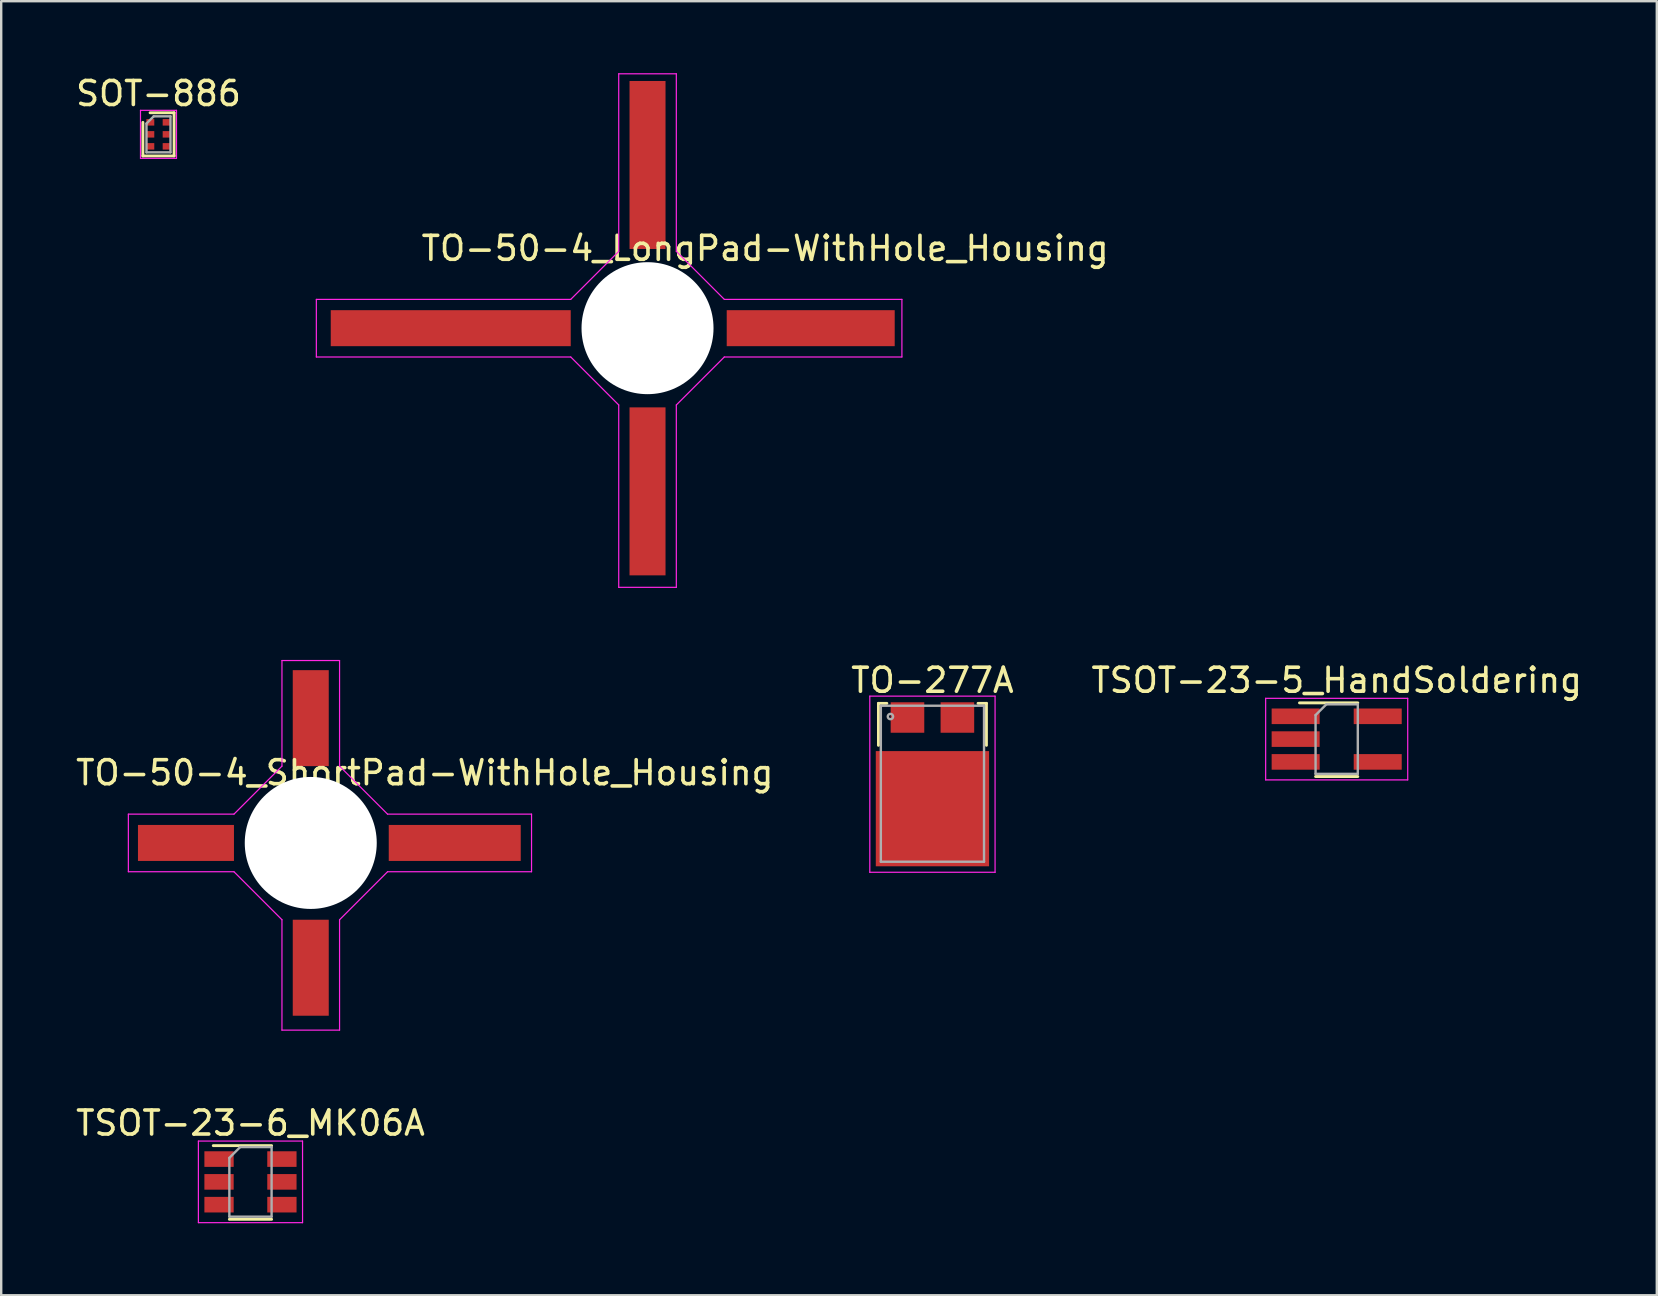
<source format=kicad_pcb>
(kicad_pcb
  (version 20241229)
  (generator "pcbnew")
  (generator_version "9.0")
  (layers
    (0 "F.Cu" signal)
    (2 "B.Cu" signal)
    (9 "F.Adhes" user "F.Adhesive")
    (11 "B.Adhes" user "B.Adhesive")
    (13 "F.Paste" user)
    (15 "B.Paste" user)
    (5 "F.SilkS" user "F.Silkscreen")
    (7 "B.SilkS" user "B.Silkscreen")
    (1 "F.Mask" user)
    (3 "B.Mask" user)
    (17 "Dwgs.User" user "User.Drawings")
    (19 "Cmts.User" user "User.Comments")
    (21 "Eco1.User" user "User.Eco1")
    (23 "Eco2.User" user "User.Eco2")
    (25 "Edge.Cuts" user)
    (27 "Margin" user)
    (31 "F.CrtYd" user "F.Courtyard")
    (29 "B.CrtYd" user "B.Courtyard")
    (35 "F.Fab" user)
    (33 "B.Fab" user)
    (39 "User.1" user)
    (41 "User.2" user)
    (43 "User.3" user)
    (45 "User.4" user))
  (footprint "TO-50-4_LongPad-WithHole_Housing"
    (layer "F.Cu")
    (at 23.232 10.625)
    (property "Reference" "TO-50-4_LongPad-WithHole_Housing" (at 5.6 -3.325 180) (layer "F.SilkS") (effects (font (size 1 1) (thickness 0.15))))
    (attr smd)
    (fp_line (start -13.1 -1.2) (end -2.5 -1.2) (stroke (width 0.05) (type solid)) (layer "F.CrtYd"))
    (fp_line (start -13.1 1.2) (end -13.1 -1.2) (stroke (width 0.05) (type solid)) (layer "F.CrtYd"))
    (fp_line (start -2.5 -1.2) (end -0.5 -3.2) (stroke (width 0.05) (type solid)) (layer "F.CrtYd"))
    (fp_line (start -2.5 1.2) (end -13.1 1.2) (stroke (width 0.05) (type solid)) (layer "F.CrtYd"))
    (fp_line (start -0.5 -10.6) (end 1.9 -10.6) (stroke (width 0.05) (type solid)) (layer "F.CrtYd"))
    (fp_line (start -0.5 -3.2) (end -0.5 -10.6) (stroke (width 0.05) (type solid)) (layer "F.CrtYd"))
    (fp_line (start -0.5 3.2) (end -2.5 1.2) (stroke (width 0.05) (type solid)) (layer "F.CrtYd"))
    (fp_line (start -0.5 10.8) (end -0.5 3.2) (stroke (width 0.05) (type solid)) (layer "F.CrtYd"))
    (fp_line (start 1.9 -10.6) (end 1.9 -3.2) (stroke (width 0.05) (type solid)) (layer "F.CrtYd"))
    (fp_line (start 1.9 -3.2) (end 3.9 -1.2) (stroke (width 0.05) (type solid)) (layer "F.CrtYd"))
    (fp_line (start 1.9 3.2) (end 1.9 10.8) (stroke (width 0.05) (type solid)) (layer "F.CrtYd"))
    (fp_line (start 1.9 10.8) (end -0.5 10.8) (stroke (width 0.05) (type solid)) (layer "F.CrtYd"))
    (fp_line (start 3.9 -1.2) (end 11.3 -1.2) (stroke (width 0.05) (type solid)) (layer "F.CrtYd"))
    (fp_line (start 3.9 1.2) (end 1.9 3.2) (stroke (width 0.05) (type solid)) (layer "F.CrtYd"))
    (fp_line (start 11.3 -1.2) (end 11.3 1.2) (stroke (width 0.05) (type solid)) (layer "F.CrtYd"))
    (fp_line (start 11.3 1.2) (end 3.9 1.2) (stroke (width 0.05) (type solid)) (layer "F.CrtYd"))
    (fp_circle (center 0.7 0) (end 0.65 2.55) (stroke (width 0.1) (type solid)) (fill no) (layer "F.Fab"))
    (pad "" np_thru_hole circle (at 0.7 0 90) (size 5.5 5.5) (drill 5.5) (layers "*.Cu" "*.Mask"))
    (pad "1" smd rect (at 7.5 0 90) (size 1.5 7) (layers "F.Cu" "F.Mask" "F.Paste"))
    (pad "2" smd rect (at 0.7 -6.8 90) (size 7 1.5) (layers "F.Cu" "F.Mask" "F.Paste"))
    (pad "3" smd rect (at -7.5 0 90) (size 1.5 10) (layers "F.Cu" "F.Mask" "F.Paste"))
    (pad "4" smd rect (at 0.7 6.8 90) (size 7 1.5) (layers "F.Cu" "F.Mask" "F.Paste")))
  (footprint "SOT-886"
    (layer "F.Cu")
    (at 3.554 2.548)
    (property "Reference" "SOT-886" (at 0 -1.7 180) (layer "F.SilkS") (effects (font (size 1 1) (thickness 0.15))))
    (attr smd)
    (fp_line (start -0.65 -0.5) (end -0.65 0.9) (stroke (width 0.12) (type solid)) (layer "F.SilkS"))
    (fp_line (start -0.65 0.9) (end 0.65 0.9) (stroke (width 0.12) (type solid)) (layer "F.SilkS"))
    (fp_line (start 0.65 -0.9) (end -0.35 -0.9) (stroke (width 0.12) (type solid)) (layer "F.SilkS"))
    (fp_line (start 0.65 0.9) (end 0.65 -0.9) (stroke (width 0.12) (type solid)) (layer "F.SilkS"))
    (fp_line (start -0.75 -1) (end -0.75 1) (stroke (width 0.05) (type solid)) (layer "F.CrtYd"))
    (fp_line (start -0.75 -1) (end 0.75 -1) (stroke (width 0.05) (type solid)) (layer "F.CrtYd"))
    (fp_line (start 0.75 1) (end -0.75 1) (stroke (width 0.05) (type solid)) (layer "F.CrtYd"))
    (fp_line (start 0.75 1) (end 0.75 -1) (stroke (width 0.05) (type solid)) (layer "F.CrtYd"))
    (fp_line (start -0.5 -0.45) (end -0.5 0.75) (stroke (width 0.1) (type solid)) (layer "F.Fab"))
    (fp_line (start -0.5 0.75) (end 0.5 0.75) (stroke (width 0.1) (type solid)) (layer "F.Fab"))
    (fp_line (start -0.2 -0.75) (end -0.5 -0.45) (stroke (width 0.1) (type solid)) (layer "F.Fab"))
    (fp_line (start 0.5 -0.75) (end -0.2 -0.75) (stroke (width 0.1) (type solid)) (layer "F.Fab"))
    (fp_line (start 0.5 0.75) (end 0.5 -0.75) (stroke (width 0.1) (type solid)) (layer "F.Fab"))
    (pad "1" smd rect (at -0.34 -0.5) (size 0.33 0.27) (layers "F.Cu" "F.Mask" "F.Paste"))
    (pad "2" smd rect (at -0.34 0) (size 0.33 0.27) (layers "F.Cu" "F.Mask" "F.Paste"))
    (pad "3" smd rect (at -0.34 0.5) (size 0.33 0.27) (layers "F.Cu" "F.Mask" "F.Paste"))
    (pad "4" smd rect (at 0.34 0.5) (size 0.33 0.27) (layers "F.Cu" "F.Mask" "F.Paste"))
    (pad "5" smd rect (at 0.34 0) (size 0.33 0.27) (layers "F.Cu" "F.Mask" "F.Paste"))
    (pad "6" smd rect (at 0.34 -0.5) (size 0.33 0.27) (layers "F.Cu" "F.Mask" "F.Paste")))
  (footprint "TO-50-4_ShortPad-WithHole_Housing"
    (layer "F.Cu")
    (at 10.299 32.075)
    (property "Reference" "TO-50-4_ShortPad-WithHole_Housing" (at 4.35 -2.925 0) (layer "F.SilkS") (effects (font (size 1 1) (thickness 0.15))))
    (attr smd)
    (fp_line (start -8 -1.2) (end -3.6 -1.2) (stroke (width 0.05) (type solid)) (layer "F.CrtYd"))
    (fp_line (start -8 1.2) (end -8 -1.2) (stroke (width 0.05) (type solid)) (layer "F.CrtYd"))
    (fp_line (start -3.6 -1.2) (end -1.6 -3.2) (stroke (width 0.05) (type solid)) (layer "F.CrtYd"))
    (fp_line (start -3.6 1.2) (end -8 1.2) (stroke (width 0.05) (type solid)) (layer "F.CrtYd"))
    (fp_line (start -1.6 -7.6) (end 0.8 -7.6) (stroke (width 0.05) (type solid)) (layer "F.CrtYd"))
    (fp_line (start -1.6 -3.2) (end -1.6 -7.6) (stroke (width 0.05) (type solid)) (layer "F.CrtYd"))
    (fp_line (start -1.6 3.2) (end -3.6 1.2) (stroke (width 0.05) (type solid)) (layer "F.CrtYd"))
    (fp_line (start -1.6 7.8) (end -1.6 3.2) (stroke (width 0.05) (type solid)) (layer "F.CrtYd"))
    (fp_line (start 0.8 -7.6) (end 0.8 -3.2) (stroke (width 0.05) (type solid)) (layer "F.CrtYd"))
    (fp_line (start 0.8 -3.2) (end 2.8 -1.2) (stroke (width 0.05) (type solid)) (layer "F.CrtYd"))
    (fp_line (start 0.8 3.2) (end 0.8 7.8) (stroke (width 0.05) (type solid)) (layer "F.CrtYd"))
    (fp_line (start 0.8 7.8) (end -1.6 7.8) (stroke (width 0.05) (type solid)) (layer "F.CrtYd"))
    (fp_line (start 2.8 -1.2) (end 8.8 -1.2) (stroke (width 0.05) (type solid)) (layer "F.CrtYd"))
    (fp_line (start 2.8 1.2) (end 0.8 3.2) (stroke (width 0.05) (type solid)) (layer "F.CrtYd"))
    (fp_line (start 8.8 -1.2) (end 8.8 1.2) (stroke (width 0.05) (type solid)) (layer "F.CrtYd"))
    (fp_line (start 8.8 1.2) (end 2.8 1.2) (stroke (width 0.05) (type solid)) (layer "F.CrtYd"))
    (fp_circle (center -0.4 0) (end -0.35 -2.55) (stroke (width 0.1) (type solid)) (fill no) (layer "F.Fab"))
    (pad "" np_thru_hole circle (at -0.4 0 270) (size 5.5 5.5) (drill 5.5) (layers "*.Cu" "*.Mask"))
    (pad "1" smd rect (at -5.6 0 270) (size 1.5 4) (layers "F.Cu" "F.Mask" "F.Paste"))
    (pad "2" smd rect (at -0.4 5.2 270) (size 4 1.5) (layers "F.Cu" "F.Mask" "F.Paste"))
    (pad "3" smd rect (at 5.6 0 270) (size 1.5 5.5) (layers "F.Cu" "F.Mask" "F.Paste"))
    (pad "4" smd rect (at -0.4 -5.2 270) (size 4 1.5) (layers "F.Cu" "F.Mask" "F.Paste")))
  (footprint "TO-277A"
    (layer "F.Cu")
    (at 35.804 28.748)
    (property "Reference" "TO-277A" (at 0 -3.45 180) (layer "F.SilkS") (effects (font (size 1 1) (thickness 0.15))))
    (attr smd)
    (fp_line (start -2.25 -2.49) (end -2.25 -0.74) (stroke (width 0.12) (type solid)) (layer "F.SilkS"))
    (fp_line (start -1.9 -2.49) (end -2.25 -2.49) (stroke (width 0.12) (type solid)) (layer "F.SilkS"))
    (fp_line (start 2.25 -2.49) (end 1.9 -2.49) (stroke (width 0.12) (type solid)) (layer "F.SilkS"))
    (fp_line (start 2.25 -0.74) (end 2.25 -2.49) (stroke (width 0.12) (type solid)) (layer "F.SilkS"))
    (fp_line (start -2.61 -2.79) (end -2.61 4.55) (stroke (width 0.05) (type solid)) (layer "F.CrtYd"))
    (fp_line (start -2.61 -2.79) (end 2.61 -2.79) (stroke (width 0.05) (type solid)) (layer "F.CrtYd"))
    (fp_line (start 2.61 4.55) (end -2.61 4.55) (stroke (width 0.05) (type solid)) (layer "F.CrtYd"))
    (fp_line (start 2.61 4.55) (end 2.61 -2.79) (stroke (width 0.05) (type solid)) (layer "F.CrtYd"))
    (fp_line (start -2.15 -2.39) (end -2.15 4.11) (stroke (width 0.1) (type solid)) (layer "F.Fab"))
    (fp_line (start -2.15 4.11) (end 2.15 4.11) (stroke (width 0.1) (type solid)) (layer "F.Fab"))
    (fp_line (start 2.15 -2.39) (end -2.15 -2.39) (stroke (width 0.1) (type solid)) (layer "F.Fab"))
    (fp_line (start 2.15 4.11) (end 2.15 -2.39) (stroke (width 0.1) (type solid)) (layer "F.Fab"))
    (fp_circle (center -1.75 -1.94) (end -1.85 -1.99) (stroke (width 0.1) (type solid)) (fill no) (layer "F.Fab"))
    (pad "1" smd rect (at -1.04 -1.9 180) (size 1.4 1.27) (layers "F.Cu" "F.Mask" "F.Paste"))
    (pad "2" smd rect (at 1.04 -1.9 180) (size 1.4 1.27) (layers "F.Cu" "F.Mask" "F.Paste"))
    (pad "3" smd rect (at 0 1.9 180) (size 4.72 4.8) (layers "F.Cu" "F.Mask" "F.Paste")))
  (footprint "TSOT-23-5_HandSoldering"
    (layer "F.Cu")
    (at 52.649 27.748)
    (property "Reference" "TSOT-23-5_HandSoldering" (at 0 -2.45 0) (layer "F.SilkS") (effects (font (size 1 1) (thickness 0.15))))
    (attr smd)
    (fp_line (start -0.88 1.56) (end 0.88 1.56) (stroke (width 0.12) (type solid)) (layer "F.SilkS"))
    (fp_line (start 0.88 -1.51) (end -1.55 -1.51) (stroke (width 0.12) (type solid)) (layer "F.SilkS"))
    (fp_line (start -2.96 -1.7) (end -2.96 1.7) (stroke (width 0.05) (type solid)) (layer "F.CrtYd"))
    (fp_line (start -2.96 -1.7) (end 2.96 -1.7) (stroke (width 0.05) (type solid)) (layer "F.CrtYd"))
    (fp_line (start 2.96 1.7) (end -2.96 1.7) (stroke (width 0.05) (type solid)) (layer "F.CrtYd"))
    (fp_line (start 2.96 1.7) (end 2.96 -1.7) (stroke (width 0.05) (type solid)) (layer "F.CrtYd"))
    (fp_line (start -0.88 -1) (end -0.88 1.45) (stroke (width 0.1) (type solid)) (layer "F.Fab"))
    (fp_line (start -0.88 -1) (end -0.43 -1.45) (stroke (width 0.1) (type solid)) (layer "F.Fab"))
    (fp_line (start 0.88 -1.45) (end -0.43 -1.45) (stroke (width 0.1) (type solid)) (layer "F.Fab"))
    (fp_line (start 0.88 -1.45) (end 0.88 1.45) (stroke (width 0.1) (type solid)) (layer "F.Fab"))
    (fp_line (start 0.88 1.45) (end -0.88 1.45) (stroke (width 0.1) (type solid)) (layer "F.Fab"))
    (pad "1" smd rect (at -1.71 -0.95) (size 2 0.65) (layers "F.Cu" "F.Mask" "F.Paste"))
    (pad "2" smd rect (at -1.71 0) (size 2 0.65) (layers "F.Cu" "F.Mask" "F.Paste"))
    (pad "3" smd rect (at -1.71 0.95) (size 2 0.65) (layers "F.Cu" "F.Mask" "F.Paste"))
    (pad "4" smd rect (at 1.71 0.95) (size 2 0.65) (layers "F.Cu" "F.Mask" "F.Paste"))
    (pad "5" smd rect (at 1.71 -0.95) (size 2 0.65) (layers "F.Cu" "F.Mask" "F.Paste")))
  (footprint "TSOT-23-6_MK06A"
    (layer "F.Cu")
    (at 7.387 46.198)
    (property "Reference" "TSOT-23-6_MK06A" (at 0 -2.45 0) (layer "F.SilkS") (effects (font (size 1 1) (thickness 0.15))))
    (attr smd)
    (fp_line (start -0.88 1.56) (end 0.88 1.56) (stroke (width 0.12) (type solid)) (layer "F.SilkS"))
    (fp_line (start 0.88 -1.51) (end -1.55 -1.51) (stroke (width 0.12) (type solid)) (layer "F.SilkS"))
    (fp_line (start -2.17 -1.7) (end -2.17 1.7) (stroke (width 0.05) (type solid)) (layer "F.CrtYd"))
    (fp_line (start -2.17 -1.7) (end 2.17 -1.7) (stroke (width 0.05) (type solid)) (layer "F.CrtYd"))
    (fp_line (start 2.17 1.7) (end -2.17 1.7) (stroke (width 0.05) (type solid)) (layer "F.CrtYd"))
    (fp_line (start 2.17 1.7) (end 2.17 -1.7) (stroke (width 0.05) (type solid)) (layer "F.CrtYd"))
    (fp_line (start -0.88 -1) (end -0.88 1.45) (stroke (width 0.1) (type solid)) (layer "F.Fab"))
    (fp_line (start -0.88 -1) (end -0.43 -1.45) (stroke (width 0.1) (type solid)) (layer "F.Fab"))
    (fp_line (start 0.88 -1.45) (end -0.43 -1.45) (stroke (width 0.1) (type solid)) (layer "F.Fab"))
    (fp_line (start 0.88 -1.45) (end 0.88 1.45) (stroke (width 0.1) (type solid)) (layer "F.Fab"))
    (fp_line (start 0.88 1.45) (end -0.88 1.45) (stroke (width 0.1) (type solid)) (layer "F.Fab"))
    (pad "1" smd rect (at -1.31 -0.95) (size 1.22 0.65) (layers "F.Cu" "F.Mask" "F.Paste"))
    (pad "2" smd rect (at -1.31 0) (size 1.22 0.65) (layers "F.Cu" "F.Mask" "F.Paste"))
    (pad "3" smd rect (at -1.31 0.95) (size 1.22 0.65) (layers "F.Cu" "F.Mask" "F.Paste"))
    (pad "4" smd rect (at 1.31 0.95) (size 1.22 0.65) (layers "F.Cu" "F.Mask" "F.Paste"))
    (pad "5" smd rect (at 1.31 0) (size 1.22 0.65) (layers "F.Cu" "F.Mask" "F.Paste"))
    (pad "6" smd rect (at 1.31 -0.95) (size 1.22 0.65) (layers "F.Cu" "F.Mask" "F.Paste")))
  (gr_rect
    (start -3 -3)
    (end 65.988 50.923)
    (stroke (width 0.1) (type default))
    (fill no)
    (layer "Edge.Cuts")))
</source>
